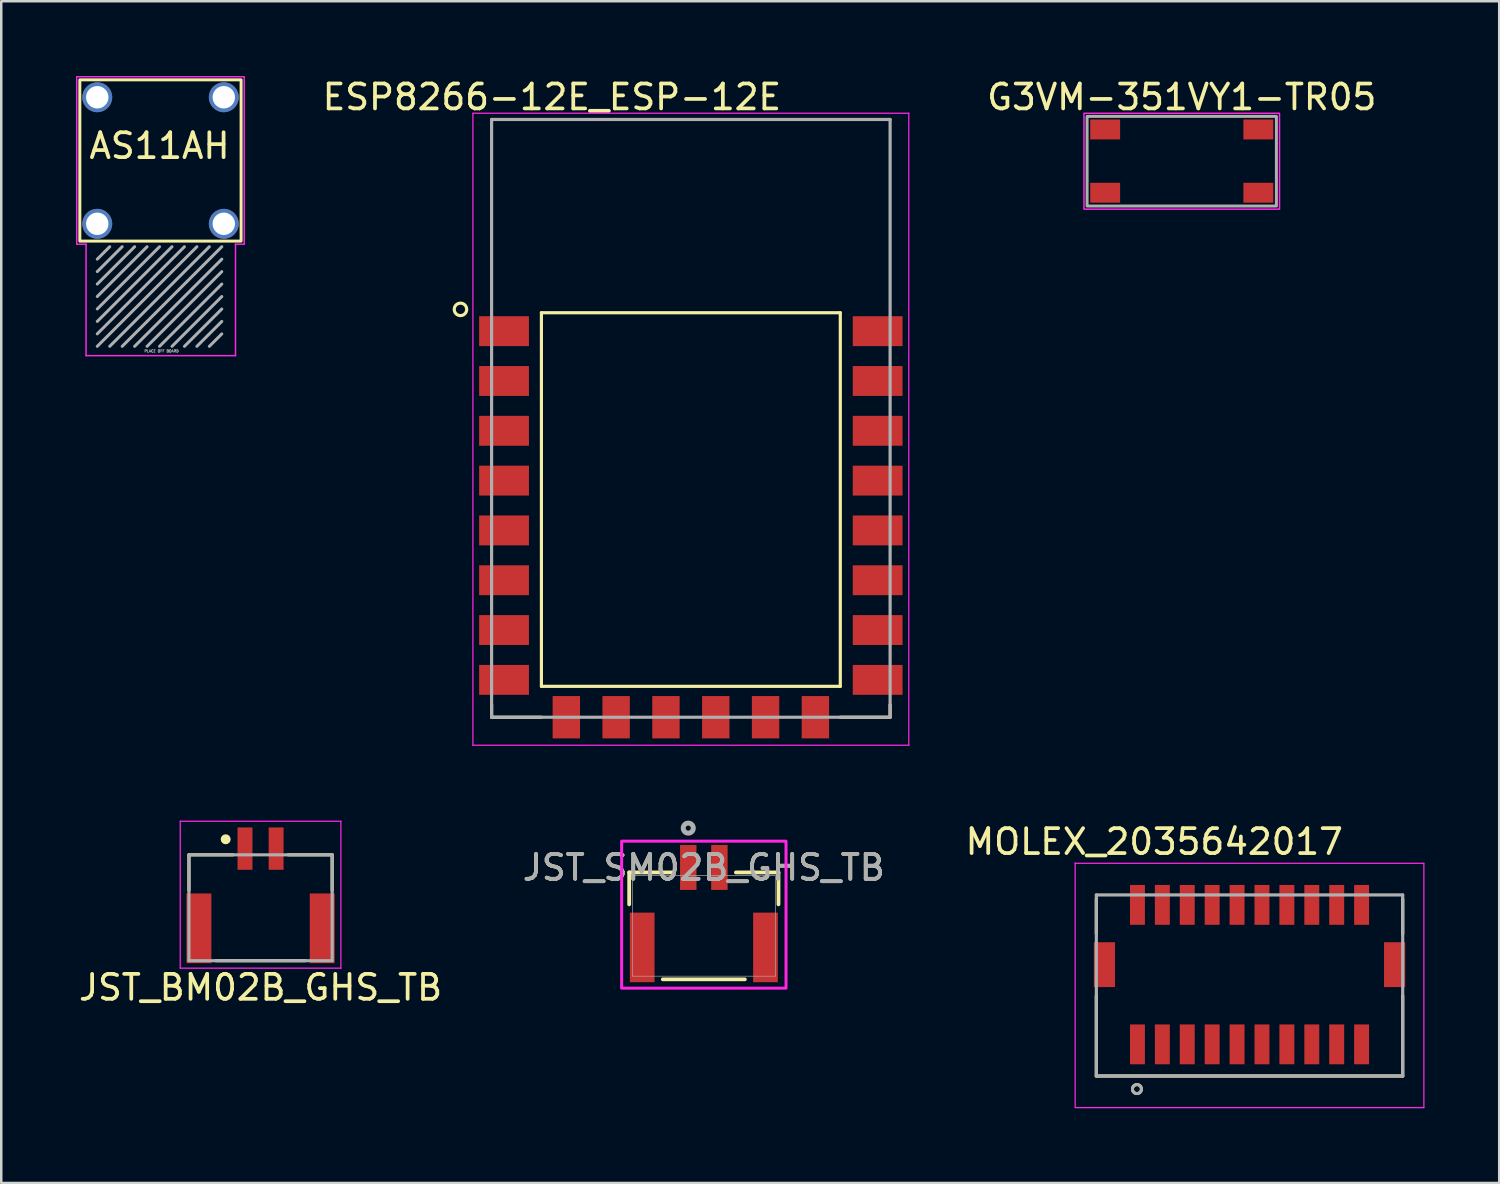
<source format=kicad_pcb>
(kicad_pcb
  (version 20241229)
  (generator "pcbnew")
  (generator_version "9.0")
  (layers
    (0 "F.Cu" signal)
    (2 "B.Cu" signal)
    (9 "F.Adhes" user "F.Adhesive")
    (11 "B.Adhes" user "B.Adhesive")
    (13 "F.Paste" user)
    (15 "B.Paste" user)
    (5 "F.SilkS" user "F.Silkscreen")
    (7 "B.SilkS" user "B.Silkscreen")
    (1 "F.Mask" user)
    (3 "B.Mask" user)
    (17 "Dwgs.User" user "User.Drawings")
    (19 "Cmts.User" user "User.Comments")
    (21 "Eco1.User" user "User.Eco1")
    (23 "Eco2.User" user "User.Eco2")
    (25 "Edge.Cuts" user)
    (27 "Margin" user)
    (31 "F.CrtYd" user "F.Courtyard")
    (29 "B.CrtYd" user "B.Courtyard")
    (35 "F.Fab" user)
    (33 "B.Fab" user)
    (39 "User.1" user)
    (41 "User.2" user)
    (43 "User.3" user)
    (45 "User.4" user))
  (footprint "G3VM-351VY1-TR05"
    (layer "F.Cu")
    (at 44.396 3.423)
    (property "Reference" "G3VM-351VY1-TR05" (at 0 -2.575 0) (unlocked yes) (layer "F.SilkS") (effects (font (size 1 1) (thickness 0.15))))
    (attr smd)
    (fp_rect (start -3.925 -1.925) (end 3.925 1.925) (stroke (width 0.06) (type default)) (fill no) (layer "F.CrtYd"))
    (fp_rect (start -3.8 -1.8) (end 3.8 1.8) (stroke (width 0.12) (type default)) (fill no) (layer "F.Fab"))
    (pad "1" smd rect (at -3.075 -1.275) (size 1.2 0.8) (layers "F.Cu" "F.Mask" "F.Paste"))
    (pad "2" smd rect (at -3.075 1.265) (size 1.2 0.8) (layers "F.Cu" "F.Mask" "F.Paste"))
    (pad "3" smd rect (at 3.075 1.265) (size 1.2 0.8) (layers "F.Cu" "F.Mask" "F.Paste"))
    (pad "4" smd rect (at 3.075 -1.275) (size 1.2 0.8) (layers "F.Cu" "F.Mask" "F.Paste")))
  (footprint "JST_SM02B_GHS_TB"
    (layer "F.Cu")
    (at 25.208 34.123)
    (property "Reference" "JST_SM02B_GHS_TB" (at 0 -2.345 0) (unlocked yes) (layer "F.SilkS") (effects (font (size 1 1) (thickness 0.15))))
    (attr smd)
    (fp_line (start -2.997 -2.146) (end -2.997 -0.864) (stroke (width 0.152) (type solid)) (layer "F.SilkS"))
    (fp_line (start -1.647 2.146) (end 1.647 2.146) (stroke (width 0.152) (type solid)) (layer "F.SilkS"))
    (fp_line (start -1.288 -2.146) (end -2.997 -2.146) (stroke (width 0.152) (type solid)) (layer "F.SilkS"))
    (fp_line (start 2.997 -2.146) (end 1.288 -2.146) (stroke (width 0.152) (type solid)) (layer "F.SilkS"))
    (fp_line (start 2.997 -0.864) (end 2.997 -2.146) (stroke (width 0.152) (type solid)) (layer "F.SilkS"))
    (fp_rect (start -3.3 -3.4) (end 3.3 2.5) (stroke (width 0.12) (type default)) (fill no) (layer "F.CrtYd"))
    (fp_line (start -2.87 -2.019) (end -2.87 2.019) (stroke (width 0.025) (type solid)) (layer "F.Fab"))
    (fp_line (start -2.87 2.019) (end 2.87 2.019) (stroke (width 0.025) (type solid)) (layer "F.Fab"))
    (fp_line (start 2.87 -2.019) (end -2.87 -2.019) (stroke (width 0.025) (type solid)) (layer "F.Fab"))
    (fp_line (start 2.87 2.019) (end 2.87 -2.019) (stroke (width 0.025) (type solid)) (layer "F.Fab"))
    (fp_circle (center -0.625 -3.925) (end -0.425 -3.9) (stroke (width 0.2) (type solid)) (fill no) (layer "F.Fab"))
    (fp_text user "${REFERENCE}" (at 0 -2.345 0) (unlocked yes) (layer "F.Fab") (effects (font (size 1 1) (thickness 0.15))))
    (pad "" smd rect (at -2.475 0.865 90) (size 2.794 0.991) (layers "F.Cu" "F.Mask" "F.Paste"))
    (pad "" smd rect (at 2.475 0.865 90) (size 2.794 0.991) (layers "F.Cu" "F.Mask" "F.Paste"))
    (pad "1" smd rect (at -0.625 -2.345) (size 0.66 1.803) (layers "F.Cu" "F.Mask" "F.Paste"))
    (pad "2" smd rect (at 0.625 -2.345) (size 0.66 1.803) (layers "F.Cu" "F.Mask" "F.Paste")))
  (footprint "JST_BM02B_GHS_TB"
    (layer "F.Cu")
    (at 7.411 34.221)
    (property "Reference" "JST_BM02B_GHS_TB" (at 0 2.375 0) (unlocked yes) (layer "F.SilkS") (effects (font (size 1 1) (thickness 0.15))))
    (attr smd)
    (fp_line (start -2.875 -2.95) (end -1.11 -2.95) (stroke (width 0.127) (type solid)) (layer "F.SilkS"))
    (fp_line (start -2.875 -1.53) (end -2.875 -2.95) (stroke (width 0.127) (type solid)) (layer "F.SilkS"))
    (fp_line (start -1.79 1.3) (end 1.8 1.3) (stroke (width 0.127) (type solid)) (layer "F.SilkS"))
    (fp_line (start 2.875 -2.95) (end 1.11 -2.95) (stroke (width 0.127) (type solid)) (layer "F.SilkS"))
    (fp_line (start 2.875 -1.52) (end 2.875 -2.95) (stroke (width 0.127) (type solid)) (layer "F.SilkS"))
    (fp_circle (center -1.4 -3.575) (end -1.3 -3.575) (stroke (width 0.2) (type solid)) (fill no) (layer "F.SilkS"))
    (fp_line (start -3.225 -4.3) (end 3.225 -4.3) (stroke (width 0.05) (type solid)) (layer "F.CrtYd"))
    (fp_line (start -3.225 1.6) (end -3.225 -4.3) (stroke (width 0.05) (type solid)) (layer "F.CrtYd"))
    (fp_line (start 3.225 -4.3) (end 3.225 1.6) (stroke (width 0.05) (type solid)) (layer "F.CrtYd"))
    (fp_line (start 3.225 1.6) (end -3.225 1.6) (stroke (width 0.05) (type solid)) (layer "F.CrtYd"))
    (fp_line (start -2.875 -2.95) (end 2.875 -2.95) (stroke (width 0.127) (type solid)) (layer "F.Fab"))
    (fp_line (start -2.875 1.3) (end -2.875 -2.95) (stroke (width 0.127) (type solid)) (layer "F.Fab"))
    (fp_line (start 2.875 -2.95) (end 2.875 1.3) (stroke (width 0.127) (type solid)) (layer "F.Fab"))
    (fp_line (start 2.875 1.3) (end -2.875 1.3) (stroke (width 0.127) (type solid)) (layer "F.Fab"))
    (pad "" smd rect (at -2.475 0 90) (size 2.8 1) (layers "F.Cu" "F.Mask" "F.Paste"))
    (pad "" smd rect (at 2.475 0 90) (size 2.8 1) (layers "F.Cu" "F.Mask" "F.Paste"))
    (pad "1" smd rect (at -0.625 -3.2 90) (size 1.7 0.6) (layers "F.Cu" "F.Mask" "F.Paste"))
    (pad "2" smd rect (at 0.625 -3.2 90) (size 1.7 0.6) (layers "F.Cu" "F.Mask" "F.Paste")))
  (footprint "MOLEX_2035642017"
    (layer "F.Cu")
    (at 47.117 36.515)
    (property "Reference" "MOLEX_2035642017" (at -3.825 -5.77 0) (layer "F.SilkS") (effects (font (size 1 1) (thickness 0.15))))
    (attr smd)
    (fp_line (start -6.15 -2.075) (end -6.15 -3.475) (stroke (width 0.127) (type solid)) (layer "F.SilkS"))
    (fp_line (start -6.15 0.415) (end -6.15 3.635) (stroke (width 0.127) (type solid)) (layer "F.SilkS"))
    (fp_line (start -6.15 3.635) (end 6.15 3.635) (stroke (width 0.127) (type solid)) (layer "F.SilkS"))
    (fp_line (start 6.15 -3.475) (end 6.15 -2.075) (stroke (width 0.127) (type solid)) (layer "F.SilkS"))
    (fp_line (start 6.15 3.635) (end 6.15 0.415) (stroke (width 0.127) (type solid)) (layer "F.SilkS"))
    (fp_circle (center -4.52 4.16) (end -4.46 4.33) (stroke (width 0.12) (type default)) (fill no) (layer "F.SilkS"))
    (fp_line (start -7 -4.905) (end 7 -4.905) (stroke (width 0.05) (type solid)) (layer "F.CrtYd"))
    (fp_line (start -7 4.89) (end -7 -4.92) (stroke (width 0.05) (type solid)) (layer "F.CrtYd"))
    (fp_line (start -7 4.905) (end 7 4.905) (stroke (width 0.05) (type solid)) (layer "F.CrtYd"))
    (fp_line (start 7 -4.905) (end 7 4.905) (stroke (width 0.05) (type solid)) (layer "F.CrtYd"))
    (fp_line (start -6.15 -3.635) (end 6.15 -3.635) (stroke (width 0.127) (type solid)) (layer "F.Fab"))
    (fp_line (start -6.15 3.635) (end -6.15 -3.635) (stroke (width 0.127) (type solid)) (layer "F.Fab"))
    (fp_line (start 6.15 -3.635) (end 6.15 3.635) (stroke (width 0.127) (type solid)) (layer "F.Fab"))
    (fp_line (start 6.15 3.635) (end -6.15 3.635) (stroke (width 0.127) (type solid)) (layer "F.Fab"))
    (fp_circle (center -4.52 4.16) (end -4.34 4.16) (stroke (width 0.12) (type default)) (fill no) (layer "F.Fab"))
    (pad "1" smd rect (at -4.5 2.365) (size 0.6 1.6) (layers "F.Cu" "F.Paste"))
    (pad "2" smd rect (at -4.5 -3.235) (size 0.6 1.6) (layers "F.Cu" "F.Paste"))
    (pad "3" smd rect (at -3.5 2.365) (size 0.6 1.6) (layers "F.Cu" "F.Paste"))
    (pad "4" smd rect (at -3.5 -3.235) (size 0.6 1.6) (layers "F.Cu" "F.Paste"))
    (pad "5" smd rect (at -2.5 2.365) (size 0.6 1.6) (layers "F.Cu" "F.Paste"))
    (pad "6" smd rect (at -2.5 -3.235) (size 0.6 1.6) (layers "F.Cu" "F.Paste"))
    (pad "7" smd rect (at -1.5 2.365) (size 0.6 1.6) (layers "F.Cu" "F.Paste"))
    (pad "8" smd rect (at -1.5 -3.235) (size 0.6 1.6) (layers "F.Cu" "F.Paste"))
    (pad "9" smd rect (at -0.5 2.365) (size 0.6 1.6) (layers "F.Cu" "F.Paste"))
    (pad "10" smd rect (at -0.5 -3.235) (size 0.6 1.6) (layers "F.Cu" "F.Paste"))
    (pad "11" smd rect (at 0.5 2.365) (size 0.6 1.6) (layers "F.Cu" "F.Paste"))
    (pad "12" smd rect (at 0.5 -3.235) (size 0.6 1.6) (layers "F.Cu" "F.Paste"))
    (pad "13" smd rect (at 1.5 2.365) (size 0.6 1.6) (layers "F.Cu" "F.Paste"))
    (pad "14" smd rect (at 1.5 -3.235) (size 0.6 1.6) (layers "F.Cu" "F.Paste"))
    (pad "15" smd rect (at 2.5 2.365) (size 0.6 1.6) (layers "F.Cu" "F.Paste"))
    (pad "16" smd rect (at 2.5 -3.235) (size 0.6 1.6) (layers "F.Cu" "F.Paste"))
    (pad "17" smd rect (at 3.5 2.365) (size 0.6 1.6) (layers "F.Cu" "F.Paste"))
    (pad "18" smd rect (at 3.5 -3.235) (size 0.6 1.6) (layers "F.Cu" "F.Paste"))
    (pad "19" smd rect (at 4.5 2.365) (size 0.6 1.6) (layers "F.Cu" "F.Paste"))
    (pad "20" smd rect (at 4.5 -3.235) (size 0.6 1.6) (layers "F.Cu" "F.Paste"))
    (pad "S1" smd rect (at 5.825 -0.835) (size 0.85 1.8) (layers "F.Cu" "F.Paste"))
    (pad "S2" smd rect (at -5.825 -0.835) (size 0.85 1.8) (layers "F.Cu" "F.Paste"))
    (zone (net_name "") (layer "F.Cu") (hatch full 0.508) (connect_pads) (min_thickness 0.01) (filled_areas_thickness no) (keepout (tracks not_allowed) (vias not_allowed) (pads not_allowed) (copperpour not_allowed) (footprints allowed)) (placement (enabled no)) (fill) (polygon (pts (xy 40.767 35.77) (xy 40.767 33.67) (xy 42.312 33.67) (xy 42.312 34.085) (xy 42.922 34.085) (xy 42.922 33.67) (xy 43.312 33.67) (xy 43.312 34.085) (xy 43.922 34.085) (xy 43.922 33.67) (xy 44.312 33.67) (xy 44.312 34.085) (xy 44.922 34.085) (xy 44.922 33.67) (xy 45.312 33.67) (xy 45.312 34.085) (xy 45.922 34.085) (xy 45.922 33.67) (xy 46.312 33.67) (xy 46.312 34.085) (xy 46.922 34.085) (xy 46.922 33.67) (xy 47.312 33.67) (xy 47.312 34.085) (xy 47.922 34.085) (xy 47.922 33.67) (xy 48.312 33.67) (xy 48.312 34.085) (xy 48.922 34.085) (xy 48.922 33.67) (xy 49.312 33.67) (xy 49.312 34.085) (xy 49.922 34.085) (xy 49.922 33.67) (xy 50.312 33.67) (xy 50.312 34.085) (xy 50.922 34.085) (xy 50.922 33.67) (xy 51.312 33.67) (xy 51.312 34.085) (xy 51.922 34.085) (xy 51.922 33.67) (xy 53.467 33.67) (xy 53.467 35.67) (xy 53.372 35.67) (xy 53.372 34.775) (xy 52.512 34.775) (xy 52.512 36.585) (xy 53.372 36.585) (xy 53.372 35.68) (xy 53.467 35.68) (xy 53.467 38.4) (xy 51.922 38.4) (xy 51.922 38.075) (xy 51.312 38.075) (xy 51.312 38.4) (xy 50.922 38.4) (xy 50.922 38.075) (xy 50.312 38.075) (xy 50.312 38.4) (xy 49.922 38.4) (xy 49.922 38.075) (xy 49.312 38.075) (xy 49.312 38.4) (xy 48.922 38.4) (xy 48.922 38.075) (xy 48.312 38.075) (xy 48.312 38.4) (xy 47.922 38.4) (xy 47.922 38.075) (xy 47.312 38.075) (xy 47.312 38.4) (xy 46.922 38.4) (xy 46.922 38.075) (xy 46.312 38.075) (xy 46.312 38.4) (xy 45.922 38.4) (xy 45.922 38.075) (xy 45.312 38.075) (xy 45.312 38.4) (xy 44.922 38.4) (xy 44.922 38.075) (xy 44.312 38.075) (xy 44.312 38.4) (xy 43.922 38.4) (xy 43.922 38.075) (xy 43.312 38.075) (xy 43.312 38.4) (xy 42.922 38.4) (xy 42.922 38.075) (xy 42.312 38.075) (xy 42.312 38.4) (xy 40.767 38.4) (xy 40.767 35.78) (xy 40.862 35.78) (xy 40.862 36.585) (xy 41.722 36.585) (xy 41.722 34.775) (xy 40.862 34.775) (xy 40.862 35.77)))))
  (footprint "AS11AH"
    (layer "F.Cu")
    (at 3.355 3.355)
    (property "Reference" "AS11AH" (at 0 -0.55 0) (unlocked yes) (layer "F.SilkS") (effects (font (size 1 1) (thickness 0.15))))
    (attr through_hole)
    (fp_rect (start -3.2 -3.2) (end 3.275 3.275) (stroke (width 0.12) (type default)) (fill no) (layer "F.SilkS"))
    (fp_line (start -3.325 -3.325) (end -3.325 3.4) (stroke (width 0.06) (type default)) (layer "F.CrtYd"))
    (fp_line (start -3.325 -3.325) (end 3.4 -3.325) (stroke (width 0.06) (type default)) (layer "F.CrtYd"))
    (fp_line (start -3.325 3.4) (end -2.95 3.4) (stroke (width 0.06) (type default)) (layer "F.CrtYd"))
    (fp_line (start -2.95 7.875) (end -2.95 3.4) (stroke (width 0.06) (type default)) (layer "F.CrtYd"))
    (fp_line (start -2.95 7.875) (end 3.05 7.875) (stroke (width 0.06) (type default)) (layer "F.CrtYd"))
    (fp_line (start 3.05 7.875) (end 3.05 3.4) (stroke (width 0.06) (type default)) (layer "F.CrtYd"))
    (fp_line (start 3.4 -3.325) (end 3.4 3.4) (stroke (width 0.06) (type default)) (layer "F.CrtYd"))
    (fp_line (start 3.4 3.4) (end 3.05 3.4) (stroke (width 0.06) (type default)) (layer "F.CrtYd"))
    (fp_line (start -2.5 4) (end -2 3.5) (stroke (width 0.12) (type default)) (layer "F.Fab"))
    (fp_line (start -2.5 4.5) (end -1.5 3.5) (stroke (width 0.12) (type default)) (layer "F.Fab"))
    (fp_line (start -2.5 5) (end -1 3.5) (stroke (width 0.12) (type default)) (layer "F.Fab"))
    (fp_line (start -2.5 5.5) (end -0.5 3.5) (stroke (width 0.12) (type default)) (layer "F.Fab"))
    (fp_line (start -2.5 6) (end 0 3.5) (stroke (width 0.12) (type default)) (layer "F.Fab"))
    (fp_line (start -2.5 6.5) (end 0.5 3.5) (stroke (width 0.12) (type default)) (layer "F.Fab"))
    (fp_line (start -2.5 7) (end 1 3.5) (stroke (width 0.12) (type default)) (layer "F.Fab"))
    (fp_line (start -2.5 7.5) (end 1.5 3.5) (stroke (width 0.12) (type default)) (layer "F.Fab"))
    (fp_line (start -2 7.5) (end 2 3.5) (stroke (width 0.12) (type default)) (layer "F.Fab"))
    (fp_line (start -1.5 7.5) (end 2.5 3.5) (stroke (width 0.12) (type default)) (layer "F.Fab"))
    (fp_line (start -1 7.5) (end 2.5 4) (stroke (width 0.12) (type default)) (layer "F.Fab"))
    (fp_line (start -0.5 7.5) (end 2.5 4.5) (stroke (width 0.12) (type default)) (layer "F.Fab"))
    (fp_line (start 0 7.5) (end 2.5 5) (stroke (width 0.12) (type default)) (layer "F.Fab"))
    (fp_line (start 0.5 7.5) (end 2.5 5.5) (stroke (width 0.12) (type default)) (layer "F.Fab"))
    (fp_line (start 1 7.5) (end 2.5 6) (stroke (width 0.12) (type default)) (layer "F.Fab"))
    (fp_line (start 1.5 7.5) (end 2.5 6.5) (stroke (width 0.12) (type default)) (layer "F.Fab"))
    (fp_line (start 2 7.5) (end 2.5 7) (stroke (width 0.12) (type default)) (layer "F.Fab"))
    (fp_text user "PLACE OFF BOARD" (at -0.625 7.75 0) (unlocked yes) (layer "F.Fab") (effects (font (size 0.1 0.1) (thickness 0.025) (bold yes)) (justify left bottom)))
    (pad "" thru_hole circle (at -2.5 2.58) (size 1.2 1.2) (drill 0.9) (layers "*.Cu" "*.Mask"))
    (pad "" thru_hole circle (at 2.58 2.58) (size 1.2 1.2) (drill 0.9) (layers "*.Cu" "*.Mask"))
    (pad "1" thru_hole circle (at -2.5 -2.5) (size 1.2 1.2) (drill 0.9) (layers "*.Cu" "*.Mask"))
    (pad "2" thru_hole circle (at 2.58 -2.5) (size 1.2 1.2) (drill 0.9) (layers "*.Cu" "*.Mask")))
  (footprint "ESP8266-12E_ESP-12E"
    (layer "F.Cu")
    (at 24.687 17.246)
    (property "Reference" "ESP8266-12E_ESP-12E" (at -5.579 -16.398 0) (layer "F.SilkS") (effects (font (size 1.001 1.001) (thickness 0.15))))
    (attr smd)
    (fp_line (start -8 8) (end -8 8.5) (stroke (width 0.127) (type solid)) (layer "F.SilkS"))
    (fp_line (start -8 8.5) (end -6 8.5) (stroke (width 0.127) (type solid)) (layer "F.SilkS"))
    (fp_line (start -6 -7.74) (end 6 -7.74) (stroke (width 0.127) (type solid)) (layer "F.SilkS"))
    (fp_line (start -6 7.26) (end -6 -7.74) (stroke (width 0.127) (type solid)) (layer "F.SilkS"))
    (fp_line (start 6 -7.74) (end 6 7.26) (stroke (width 0.127) (type solid)) (layer "F.SilkS"))
    (fp_line (start 6 7.26) (end -6 7.26) (stroke (width 0.127) (type solid)) (layer "F.SilkS"))
    (fp_line (start 8 8) (end 8 8.5) (stroke (width 0.127) (type solid)) (layer "F.SilkS"))
    (fp_line (start 8 8.5) (end 6 8.5) (stroke (width 0.127) (type solid)) (layer "F.SilkS"))
    (fp_circle (center -9.25 -7.875) (end -9 -7.875) (stroke (width 0.127) (type solid)) (fill no) (layer "F.SilkS"))
    (fp_line (start -8.75 -15.75) (end -8.75 9.625) (stroke (width 0.05) (type solid)) (layer "F.CrtYd"))
    (fp_line (start -8.75 9.625) (end 8.75 9.625) (stroke (width 0.05) (type solid)) (layer "F.CrtYd"))
    (fp_line (start 8.75 -15.75) (end -8.75 -15.75) (stroke (width 0.05) (type solid)) (layer "F.CrtYd"))
    (fp_line (start 8.75 9.625) (end 8.75 -15.75) (stroke (width 0.05) (type solid)) (layer "F.CrtYd"))
    (fp_line (start -8 -15.5) (end 8 -15.5) (stroke (width 0.127) (type solid)) (layer "F.Fab"))
    (fp_line (start -8 8.5) (end -8 -15.5) (stroke (width 0.127) (type solid)) (layer "F.Fab"))
    (fp_line (start 8 -15.5) (end 8 8.5) (stroke (width 0.127) (type solid)) (layer "F.Fab"))
    (fp_line (start 8 8.5) (end -8 8.5) (stroke (width 0.127) (type solid)) (layer "F.Fab"))
    (pad "1" smd rect (at -7.5 -7) (size 2 1.2) (layers "F.Cu" "F.Mask" "F.Paste"))
    (pad "2" smd rect (at -7.5 -5) (size 2 1.2) (layers "F.Cu" "F.Mask" "F.Paste"))
    (pad "3" smd rect (at -7.5 -3) (size 2 1.2) (layers "F.Cu" "F.Mask" "F.Paste"))
    (pad "4" smd rect (at -7.5 -1) (size 2 1.2) (layers "F.Cu" "F.Mask" "F.Paste"))
    (pad "5" smd rect (at -7.5 1) (size 2 1.2) (layers "F.Cu" "F.Mask" "F.Paste"))
    (pad "6" smd rect (at -7.5 3) (size 2 1.2) (layers "F.Cu" "F.Mask" "F.Paste"))
    (pad "7" smd rect (at -7.5 5) (size 2 1.2) (layers "F.Cu" "F.Mask" "F.Paste"))
    (pad "8" smd rect (at -7.5 7) (size 2 1.2) (layers "F.Cu" "F.Mask" "F.Paste"))
    (pad "9" smd rect (at -5 8.5) (size 1.1 1.7) (layers "F.Cu" "F.Mask" "F.Paste"))
    (pad "10" smd rect (at -3 8.5) (size 1.1 1.7) (layers "F.Cu" "F.Mask" "F.Paste"))
    (pad "11" smd rect (at -1 8.5) (size 1.1 1.7) (layers "F.Cu" "F.Mask" "F.Paste"))
    (pad "12" smd rect (at 1 8.5) (size 1.1 1.7) (layers "F.Cu" "F.Mask" "F.Paste"))
    (pad "13" smd rect (at 3 8.5) (size 1.1 1.7) (layers "F.Cu" "F.Mask" "F.Paste"))
    (pad "14" smd rect (at 5 8.5) (size 1.1 1.7) (layers "F.Cu" "F.Mask" "F.Paste"))
    (pad "15" smd rect (at 7.5 7) (size 2 1.2) (layers "F.Cu" "F.Mask" "F.Paste"))
    (pad "16" smd rect (at 7.5 5) (size 2 1.2) (layers "F.Cu" "F.Mask" "F.Paste"))
    (pad "17" smd rect (at 7.5 3) (size 2 1.2) (layers "F.Cu" "F.Mask" "F.Paste"))
    (pad "18" smd rect (at 7.5 1) (size 2 1.2) (layers "F.Cu" "F.Mask" "F.Paste"))
    (pad "19" smd rect (at 7.5 -1) (size 2 1.2) (layers "F.Cu" "F.Mask" "F.Paste"))
    (pad "20" smd rect (at 7.5 -3) (size 2 1.2) (layers "F.Cu" "F.Mask" "F.Paste"))
    (pad "21" smd rect (at 7.5 -5) (size 2 1.2) (layers "F.Cu" "F.Mask" "F.Paste"))
    (pad "22" smd rect (at 7.5 -7) (size 2 1.2) (layers "F.Cu" "F.Mask" "F.Paste"))
    (zone (net_name "") (layer "F.Cu") (hatch full 0.508) (connect_pads) (min_thickness 0.01) (filled_areas_thickness no) (keepout (tracks not_allowed) (vias not_allowed) (pads not_allowed) (copperpour not_allowed) (footprints allowed)) (placement (enabled no)) (fill) (polygon (pts (xy 16.678 1.746) (xy 32.687 1.746) (xy 32.687 8.737) (xy 16.678 8.737))))
    (zone (net_name "") (layer "B.Cu") (hatch full 0.508) (connect_pads) (min_thickness 0.01) (filled_areas_thickness no) (keepout (tracks not_allowed) (vias not_allowed) (pads not_allowed) (copperpour not_allowed) (footprints allowed)) (placement (enabled no)) (fill) (polygon (pts (xy 16.678 1.746) (xy 32.687 1.746) (xy 32.687 8.737) (xy 16.678 8.737)))))
  (gr_rect
    (start -3 -3)
    (end 57.142 44.445)
    (stroke (width 0.1) (type default))
    (fill no)
    (layer "Edge.Cuts")))
</source>
